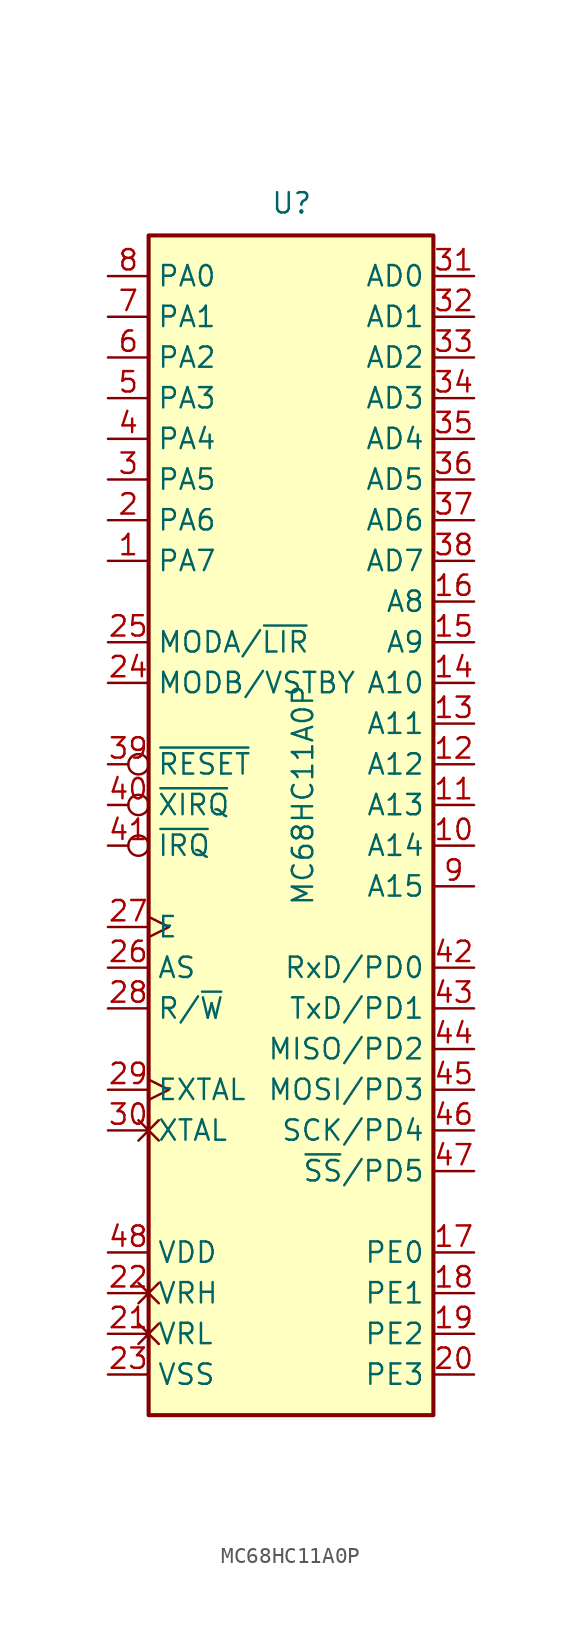
<source format=kicad_sym>
(kicad_symbol_lib
  (version 20231120)
  (generator "kicad_symbol_editor")
  (generator_version "8.0")
  (symbol "MC68HC11A0P"
    (property "Reference" "U"
      (at -1.27 31.75 0)
      (effects (font (size 1.27 1.27)) (justify left bottom)))
    (property "Value" "MC68HC11A0P"
      (at 0 -11.43 90)
      (effects (font (size 1.27 1.27)) (justify left top)))
    (symbol "MC68HC11A0P_0_1"
      (rectangle (start -8.89 30.48) (end 8.89 -43.18) (stroke (width 0.254) (type default)) (fill (type background))))
    (symbol "MC68HC11A0P_1_0"
      (pin output line (at -11.43 -17.78 0) (length 2.54) (name "R/~{W}" (effects (font (size 1.27 1.27)))) (number "28" (effects (font (size 1.27 1.27)))))
      (pin output line (at 11.43 -15.24 180) (length 2.54) (name "RxD/PD0" (effects (font (size 1.27 1.27)))) (number "42" (effects (font (size 1.27 1.27)))))
      (pin output line (at 11.43 -17.78 180) (length 2.54) (name "TxD/PD1" (effects (font (size 1.27 1.27)))) (number "43" (effects (font (size 1.27 1.27)))))
      (pin output line (at 11.43 -20.32 180) (length 2.54) (name "MISO/PD2" (effects (font (size 1.27 1.27)))) (number "44" (effects (font (size 1.27 1.27)))))
      (pin output line (at 11.43 -22.86 180) (length 2.54) (name "MOSI/PD3" (effects (font (size 1.27 1.27)))) (number "45" (effects (font (size 1.27 1.27)))))
      (pin output line (at 11.43 -25.4 180) (length 2.54) (name "SCK/PD4" (effects (font (size 1.27 1.27)))) (number "46" (effects (font (size 1.27 1.27)))))
      (pin output line (at 11.43 -27.94 180) (length 2.54) (name "~{SS}/PD5" (effects (font (size 1.27 1.27)))) (number "47" (effects (font (size 1.27 1.27))))))
    (symbol "MC68HC11A0P_1_1"
      (pin bidirectional line (at -11.43 10.16 0) (length 2.54) (name "PA7" (effects (font (size 1.27 1.27)))) (number "1" (effects (font (size 1.27 1.27)))))
      (pin output line (at 11.43 -7.62 180) (length 2.54) (name "A14" (effects (font (size 1.27 1.27)))) (number "10" (effects (font (size 1.27 1.27)))))
      (pin output line (at 11.43 -5.08 180) (length 2.54) (name "A13" (effects (font (size 1.27 1.27)))) (number "11" (effects (font (size 1.27 1.27)))))
      (pin output line (at 11.43 -2.54 180) (length 2.54) (name "A12" (effects (font (size 1.27 1.27)))) (number "12" (effects (font (size 1.27 1.27)))))
      (pin output line (at 11.43 0 180) (length 2.54) (name "A11" (effects (font (size 1.27 1.27)))) (number "13" (effects (font (size 1.27 1.27)))))
      (pin output line (at 11.43 2.54 180) (length 2.54) (name "A10" (effects (font (size 1.27 1.27)))) (number "14" (effects (font (size 1.27 1.27)))))
      (pin output line (at 11.43 5.08 180) (length 2.54) (name "A9" (effects (font (size 1.27 1.27)))) (number "15" (effects (font (size 1.27 1.27)))))
      (pin output line (at 11.43 7.62 180) (length 2.54) (name "A8" (effects (font (size 1.27 1.27)))) (number "16" (effects (font (size 1.27 1.27)))))
      (pin bidirectional line (at 11.43 -33.02 180) (length 2.54) (name "PE0" (effects (font (size 1.27 1.27)))) (number "17" (effects (font (size 1.27 1.27)))))
      (pin bidirectional line (at 11.43 -35.56 180) (length 2.54) (name "PE1" (effects (font (size 1.27 1.27)))) (number "18" (effects (font (size 1.27 1.27)))))
      (pin bidirectional line (at 11.43 -38.1 180) (length 2.54) (name "PE2" (effects (font (size 1.27 1.27)))) (number "19" (effects (font (size 1.27 1.27)))))
      (pin bidirectional line (at -11.43 12.7 0) (length 2.54) (name "PA6" (effects (font (size 1.27 1.27)))) (number "2" (effects (font (size 1.27 1.27)))))
      (pin bidirectional line (at 11.43 -40.64 180) (length 2.54) (name "PE3" (effects (font (size 1.27 1.27)))) (number "20" (effects (font (size 1.27 1.27)))))
      (pin passive non_logic (at -11.43 -38.1 0) (length 2.54) (name "VRL" (effects (font (size 1.27 1.27)))) (number "21" (effects (font (size 1.27 1.27)))))
      (pin passive non_logic (at -11.43 -35.56 0) (length 2.54) (name "VRH" (effects (font (size 1.27 1.27)))) (number "22" (effects (font (size 1.27 1.27)))))
      (pin power_in line (at -11.43 -40.64 0) (length 2.54) (name "VSS" (effects (font (size 1.27 1.27)))) (number "23" (effects (font (size 1.27 1.27)))))
      (pin input line (at -11.43 2.54 0) (length 2.54) (name "MODB/VSTBY" (effects (font (size 1.27 1.27)))) (number "24" (effects (font (size 1.27 1.27)))))
      (pin bidirectional line (at -11.43 5.08 0) (length 2.54) (name "MODA/~{LIR}" (effects (font (size 1.27 1.27)))) (number "25" (effects (font (size 1.27 1.27)))))
      (pin output line (at -11.43 -15.24 0) (length 2.54) (name "AS" (effects (font (size 1.27 1.27)))) (number "26" (effects (font (size 1.27 1.27)))))
      (pin output clock (at -11.43 -12.7 0) (length 2.54) (name "E" (effects (font (size 1.27 1.27)))) (number "27" (effects (font (size 1.27 1.27)))))
      (pin input clock (at -11.43 -22.86 0) (length 2.54) (name "EXTAL" (effects (font (size 1.27 1.27)))) (number "29" (effects (font (size 1.27 1.27)))))
      (pin bidirectional line (at -11.43 15.24 0) (length 2.54) (name "PA5" (effects (font (size 1.27 1.27)))) (number "3" (effects (font (size 1.27 1.27)))))
      (pin output non_logic (at -11.43 -25.4 0) (length 2.54) (name "XTAL" (effects (font (size 1.27 1.27)))) (number "30" (effects (font (size 1.27 1.27)))))
      (pin bidirectional line (at 11.43 27.94 180) (length 2.54) (name "AD0" (effects (font (size 1.27 1.27)))) (number "31" (effects (font (size 1.27 1.27)))))
      (pin bidirectional line (at 11.43 25.4 180) (length 2.54) (name "AD1" (effects (font (size 1.27 1.27)))) (number "32" (effects (font (size 1.27 1.27)))))
      (pin bidirectional line (at 11.43 22.86 180) (length 2.54) (name "AD2" (effects (font (size 1.27 1.27)))) (number "33" (effects (font (size 1.27 1.27)))))
      (pin bidirectional line (at 11.43 20.32 180) (length 2.54) (name "AD3" (effects (font (size 1.27 1.27)))) (number "34" (effects (font (size 1.27 1.27)))))
      (pin bidirectional line (at 11.43 17.78 180) (length 2.54) (name "AD4" (effects (font (size 1.27 1.27)))) (number "35" (effects (font (size 1.27 1.27)))))
      (pin bidirectional line (at 11.43 15.24 180) (length 2.54) (name "AD5" (effects (font (size 1.27 1.27)))) (number "36" (effects (font (size 1.27 1.27)))))
      (pin bidirectional line (at 11.43 12.7 180) (length 2.54) (name "AD6" (effects (font (size 1.27 1.27)))) (number "37" (effects (font (size 1.27 1.27)))))
      (pin bidirectional line (at 11.43 10.16 180) (length 2.54) (name "AD7" (effects (font (size 1.27 1.27)))) (number "38" (effects (font (size 1.27 1.27)))))
      (pin bidirectional inverted (at -11.43 -2.54 0) (length 2.54) (name "~{RESET}" (effects (font (size 1.27 1.27)))) (number "39" (effects (font (size 1.27 1.27)))))
      (pin bidirectional line (at -11.43 17.78 0) (length 2.54) (name "PA4" (effects (font (size 1.27 1.27)))) (number "4" (effects (font (size 1.27 1.27)))))
      (pin input inverted (at -11.43 -5.08 0) (length 2.54) (name "~{XIRQ}" (effects (font (size 1.27 1.27)))) (number "40" (effects (font (size 1.27 1.27)))))
      (pin input inverted (at -11.43 -7.62 0) (length 2.54) (name "~{IRQ}" (effects (font (size 1.27 1.27)))) (number "41" (effects (font (size 1.27 1.27)))))
      (pin power_in line (at -11.43 -33.02 0) (length 2.54) (name "VDD" (effects (font (size 1.27 1.27)))) (number "48" (effects (font (size 1.27 1.27)))))
      (pin bidirectional line (at -11.43 20.32 0) (length 2.54) (name "PA3" (effects (font (size 1.27 1.27)))) (number "5" (effects (font (size 1.27 1.27)))))
      (pin bidirectional line (at -11.43 22.86 0) (length 2.54) (name "PA2" (effects (font (size 1.27 1.27)))) (number "6" (effects (font (size 1.27 1.27)))))
      (pin bidirectional line (at -11.43 25.4 0) (length 2.54) (name "PA1" (effects (font (size 1.27 1.27)))) (number "7" (effects (font (size 1.27 1.27)))))
      (pin bidirectional line (at -11.43 27.94 0) (length 2.54) (name "PA0" (effects (font (size 1.27 1.27)))) (number "8" (effects (font (size 1.27 1.27)))))
      (pin output line (at 11.43 -10.16 180) (length 2.54) (name "A15" (effects (font (size 1.27 1.27)))) (number "9" (effects (font (size 1.27 1.27))))))))
</source>
